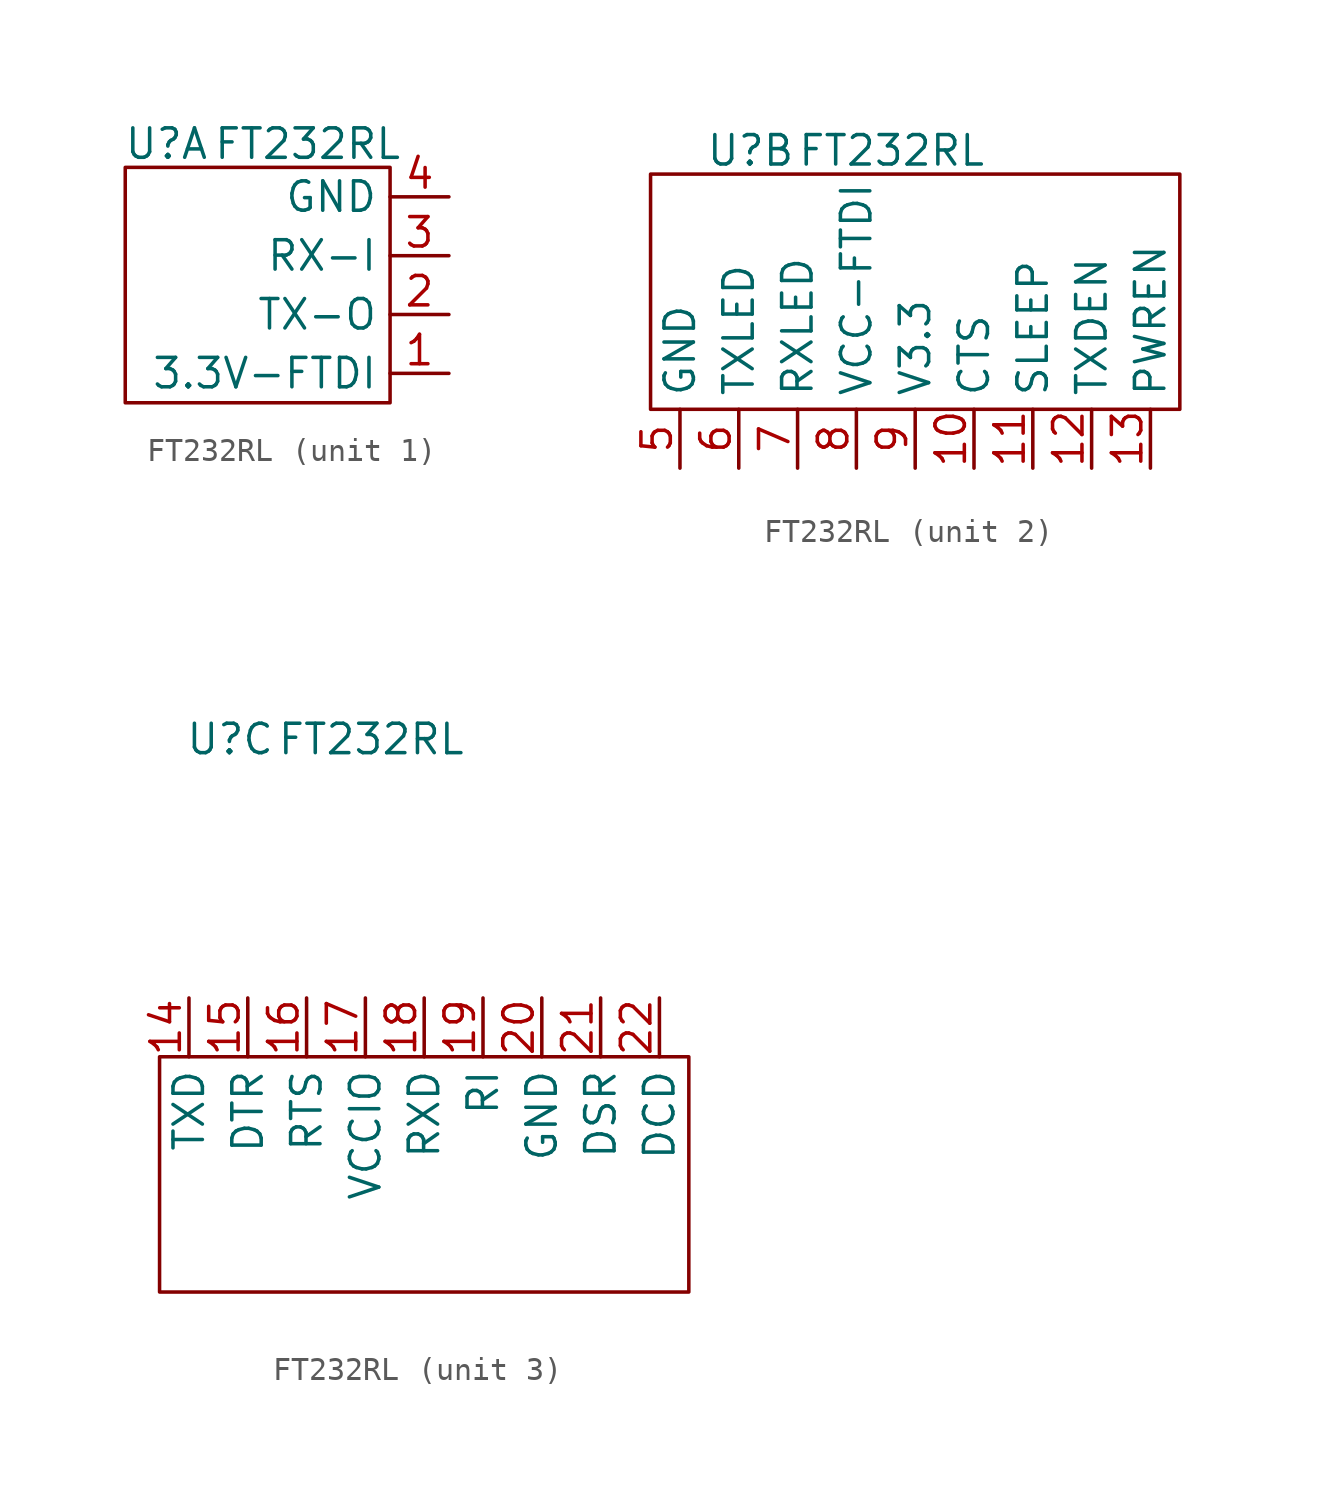
<source format=kicad_sym>
(kicad_symbol_lib
  (version 20241209)
  (generator "kicad_symbol_editor")
  (generator_version "9.0")
  (symbol "FT232RL"
    (property "Reference" "U"
      (at -7.112 4.826 0)
      (effects (font (size 1.27 1.27))))
    (property "Value" "FT232RL"
      (at -1.016 4.826 0)
      (effects (font (size 1.27 1.27))))
    (property "ki_locked" ""
      (at 0 0 0)
      (effects (font (size 1.27 1.27))))
    (symbol "FT232RL_1_1"
      (rectangle (start -8.89 3.81) (end 2.54 -6.35) (stroke (width 0) (type default)) (fill (type none)))
      (pin passive line (at 5.08 2.54 180) (length 2.54) (name "GND" (effects (font (size 1.27 1.27)))) (number "4" (effects (font (size 1.27 1.27)))))
      (pin passive line (at 5.08 0 180) (length 2.54) (name "RX-I" (effects (font (size 1.27 1.27)))) (number "3" (effects (font (size 1.27 1.27)))))
      (pin passive line (at 5.08 -2.54 180) (length 2.54) (name "TX-O" (effects (font (size 1.27 1.27)))) (number "2" (effects (font (size 1.27 1.27)))))
      (pin passive line (at 5.08 -5.08 180) (length 2.54) (name "3.3V-FTDI" (effects (font (size 1.27 1.27)))) (number "1" (effects (font (size 1.27 1.27))))))
    (symbol "FT232RL_2_1"
      (rectangle (start -11.43 3.81) (end 11.43 -6.35) (stroke (width 0) (type default)) (fill (type none)))
      (pin passive line (at -10.16 -8.89 90) (length 2.54) (name "GND" (effects (font (size 1.27 1.27)))) (number "5" (effects (font (size 1.27 1.27)))))
      (pin passive line (at -7.62 -8.89 90) (length 2.54) (name "TXLED" (effects (font (size 1.27 1.27)))) (number "6" (effects (font (size 1.27 1.27)))))
      (pin passive line (at -5.08 -8.89 90) (length 2.54) (name "RXLED" (effects (font (size 1.27 1.27)))) (number "7" (effects (font (size 1.27 1.27)))))
      (pin passive line (at -2.54 -8.89 90) (length 2.54) (name "VCC-FTDI" (effects (font (size 1.27 1.27)))) (number "8" (effects (font (size 1.27 1.27)))))
      (pin passive line (at 0 -8.89 90) (length 2.54) (name "V3.3" (effects (font (size 1.27 1.27)))) (number "9" (effects (font (size 1.27 1.27)))))
      (pin passive line (at 2.54 -8.89 90) (length 2.54) (name "CTS" (effects (font (size 1.27 1.27)))) (number "10" (effects (font (size 1.27 1.27)))))
      (pin passive line (at 5.08 -8.89 90) (length 2.54) (name "SLEEP" (effects (font (size 1.27 1.27)))) (number "11" (effects (font (size 1.27 1.27)))))
      (pin passive line (at 7.62 -8.89 90) (length 2.54) (name "TXDEN" (effects (font (size 1.27 1.27)))) (number "12" (effects (font (size 1.27 1.27)))))
      (pin passive line (at 10.16 -8.89 90) (length 2.54) (name "PWREN" (effects (font (size 1.27 1.27)))) (number "13" (effects (font (size 1.27 1.27))))))
    (symbol "FT232RL_3_1"
      (rectangle (start -10.16 -19.05) (end 12.7 -8.89) (stroke (width 0) (type default)) (fill (type none)))
      (pin passive line (at -8.89 -6.35 270) (length 2.54) (name "TXD" (effects (font (size 1.27 1.27)))) (number "14" (effects (font (size 1.27 1.27)))))
      (pin passive line (at -6.35 -6.35 270) (length 2.54) (name "DTR" (effects (font (size 1.27 1.27)))) (number "15" (effects (font (size 1.27 1.27)))))
      (pin passive line (at -3.81 -6.35 270) (length 2.54) (name "RTS" (effects (font (size 1.27 1.27)))) (number "16" (effects (font (size 1.27 1.27)))))
      (pin passive line (at -1.27 -6.35 270) (length 2.54) (name "VCCIO" (effects (font (size 1.27 1.27)))) (number "17" (effects (font (size 1.27 1.27)))))
      (pin passive line (at 1.27 -6.35 270) (length 2.54) (name "RXD" (effects (font (size 1.27 1.27)))) (number "18" (effects (font (size 1.27 1.27)))))
      (pin passive line (at 3.81 -6.35 270) (length 2.54) (name "RI" (effects (font (size 1.27 1.27)))) (number "19" (effects (font (size 1.27 1.27)))))
      (pin passive line (at 6.35 -6.35 270) (length 2.54) (name "GND" (effects (font (size 1.27 1.27)))) (number "20" (effects (font (size 1.27 1.27)))))
      (pin passive line (at 8.89 -6.35 270) (length 2.54) (name "DSR" (effects (font (size 1.27 1.27)))) (number "21" (effects (font (size 1.27 1.27)))))
      (pin passive line (at 11.43 -6.35 270) (length 2.54) (name "DCD" (effects (font (size 1.27 1.27)))) (number "22" (effects (font (size 1.27 1.27))))))))
</source>
